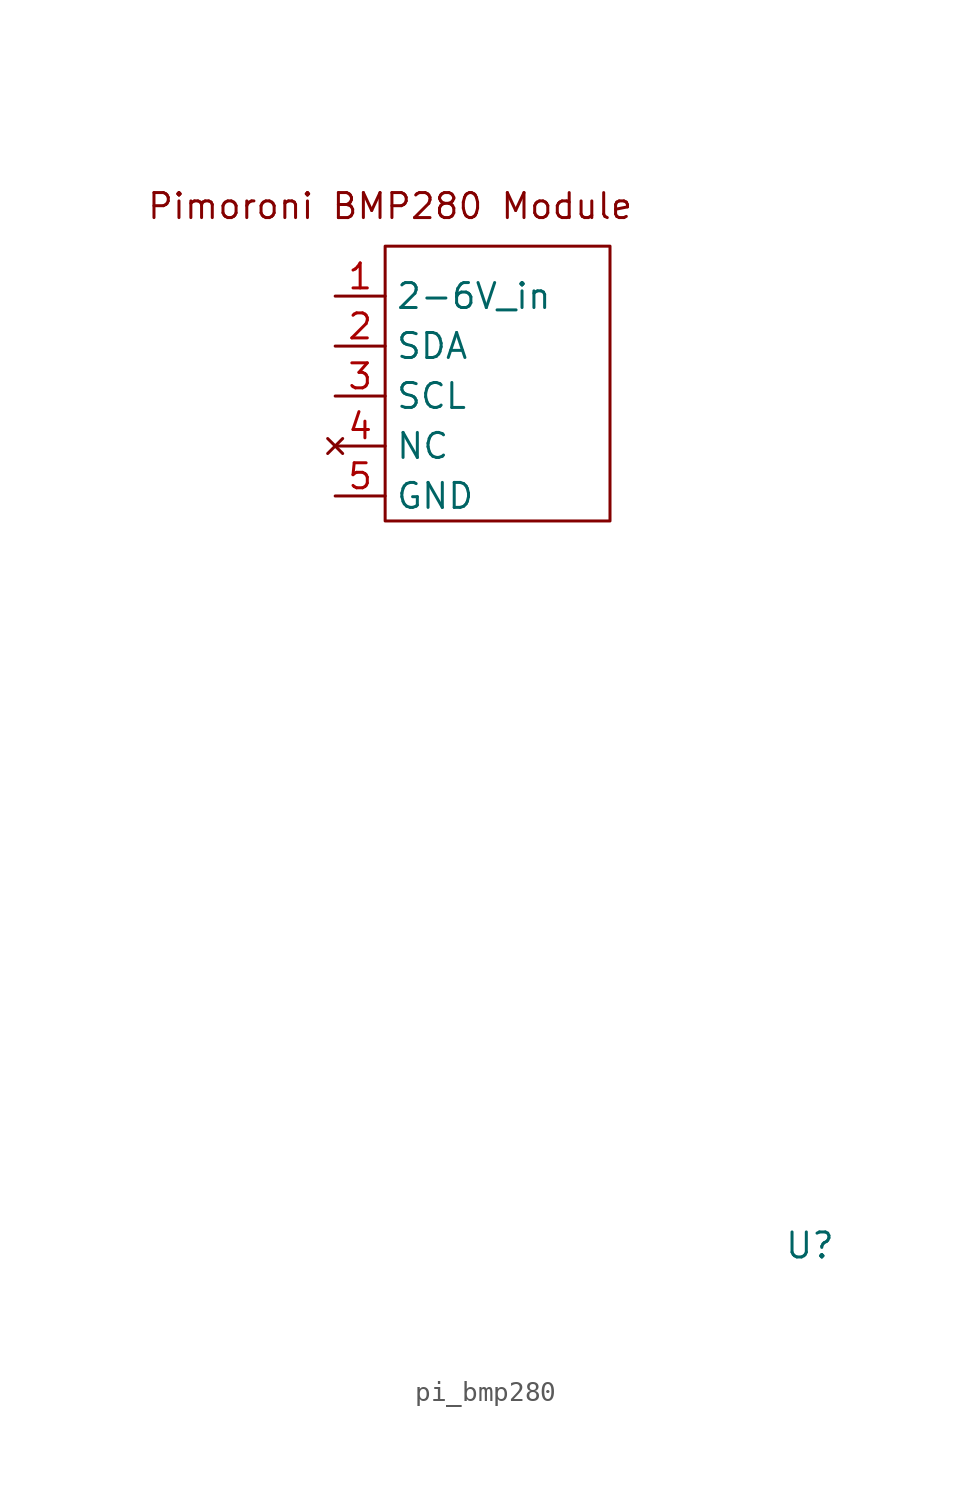
<source format=kicad_sym>
(kicad_symbol_lib
  (version 20241209)
  (generator "kicad_symbol_editor")
  (generator_version "9.0")
  (symbol "pi_bmp280"
    (property "Reference" "U"
      (at 0 0 0)
      (effects (font (size 1.27 1.27))))
    (property "Value" ""
      (at 0 0 0)
      (effects (font (size 1.27 1.27))))
    (symbol "pi_bmp280_0_1"
      (rectangle (start -21.59 50.8) (end -10.16 36.83) (stroke (width 0) (type default)) (fill (type none))))
    (symbol "pi_bmp280_1_1"
      (text "Pimoroni BMP280 Module" (at -21.336 52.832 0) (effects (font (size 1.27 1.27))))
      (pin power_in line (at -24.13 48.26 0) (length 2.54) (name "2-6V_in" (effects (font (size 1.27 1.27)))) (number "1" (effects (font (size 1.27 1.27)))))
      (pin bidirectional line (at -24.13 45.72 0) (length 2.54) (name "SDA" (effects (font (size 1.27 1.27)))) (number "2" (effects (font (size 1.27 1.27)))))
      (pin bidirectional line (at -24.13 43.18 0) (length 2.54) (name "SCL" (effects (font (size 1.27 1.27)))) (number "3" (effects (font (size 1.27 1.27)))))
      (pin no_connect line (at -24.13 40.64 0) (length 2.54) (name "NC" (effects (font (size 1.27 1.27)))) (number "4" (effects (font (size 1.27 1.27)))))
      (pin power_in line (at -24.13 38.1 0) (length 2.54) (name "GND" (effects (font (size 1.27 1.27)))) (number "5" (effects (font (size 1.27 1.27))))))))
</source>
